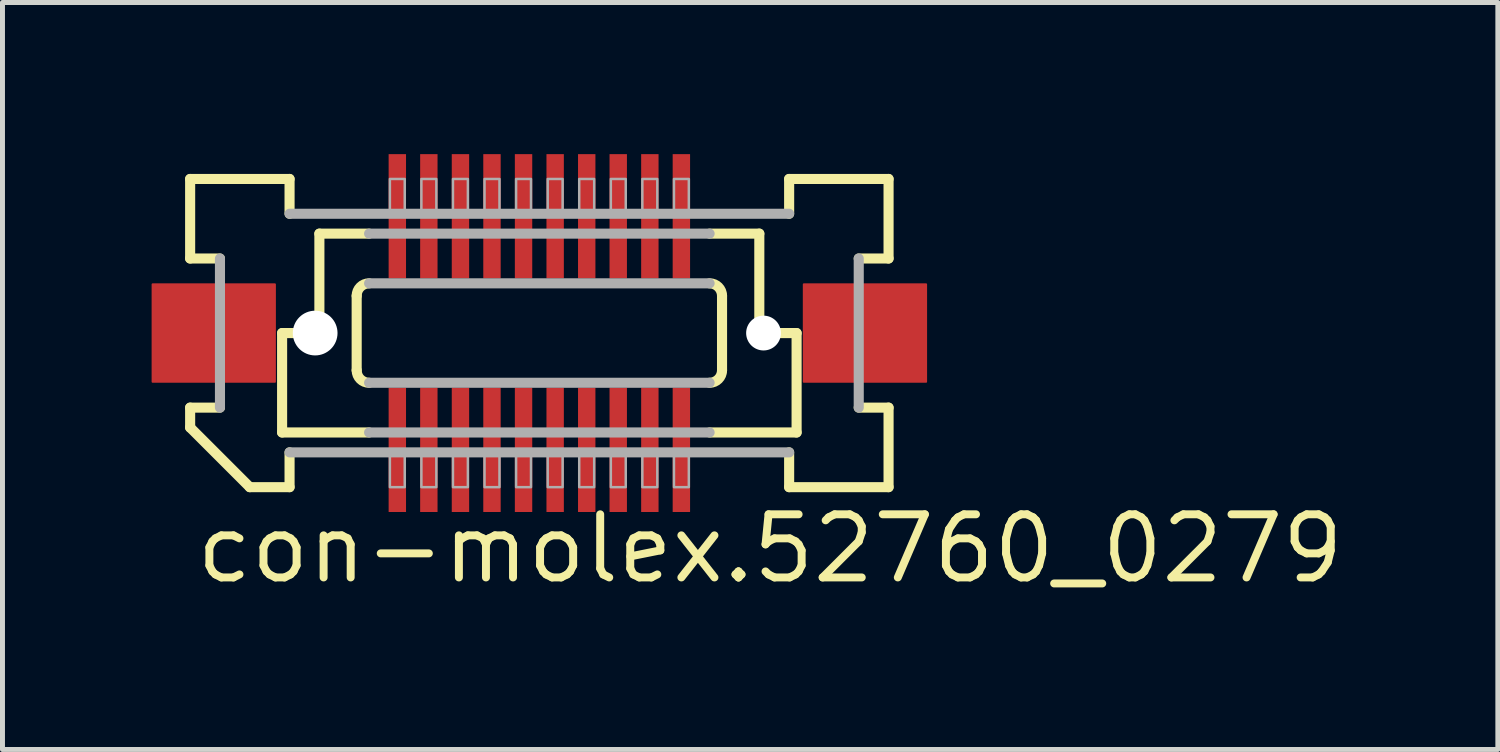
<source format=kicad_pcb>
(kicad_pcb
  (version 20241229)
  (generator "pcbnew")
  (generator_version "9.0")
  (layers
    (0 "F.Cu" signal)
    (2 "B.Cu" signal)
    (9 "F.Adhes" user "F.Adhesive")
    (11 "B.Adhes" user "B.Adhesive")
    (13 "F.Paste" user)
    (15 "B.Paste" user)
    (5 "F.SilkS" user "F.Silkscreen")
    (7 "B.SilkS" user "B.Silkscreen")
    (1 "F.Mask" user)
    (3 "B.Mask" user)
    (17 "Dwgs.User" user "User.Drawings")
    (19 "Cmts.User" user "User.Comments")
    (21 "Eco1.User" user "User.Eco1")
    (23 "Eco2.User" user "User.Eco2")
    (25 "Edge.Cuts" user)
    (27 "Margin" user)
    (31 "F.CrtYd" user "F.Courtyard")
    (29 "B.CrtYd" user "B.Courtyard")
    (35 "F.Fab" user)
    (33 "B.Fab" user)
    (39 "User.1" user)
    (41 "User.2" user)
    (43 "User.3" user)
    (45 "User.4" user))
  (footprint "con-molex.52760_0279"
    (layer "F.Cu")
    (at 7.8 3.65)
    (property "Reference" "con-molex.52760_0279" (at -6.985 5.08 0) (layer "F.SilkS") (effects (font (size 1.27 1.27) (thickness 0.16)) (justify left bottom)))
    (attr smd)
    (fp_rect (start -3.058 -1.075) (end -2.658 -3.625) (stroke (width 0.05) (type default)) (fill yes) (layer "F.Mask"))
    (fp_rect (start -3.058 3.625) (end -2.658 1.075) (stroke (width 0.05) (type default)) (fill yes) (layer "F.Mask"))
    (fp_rect (start -2.422 -1.075) (end -2.022 -3.625) (stroke (width 0.05) (type default)) (fill yes) (layer "F.Mask"))
    (fp_rect (start -2.422 3.625) (end -2.022 1.075) (stroke (width 0.05) (type default)) (fill yes) (layer "F.Mask"))
    (fp_rect (start -1.788 -1.075) (end -1.387 -3.625) (stroke (width 0.05) (type default)) (fill yes) (layer "F.Mask"))
    (fp_rect (start -1.788 3.625) (end -1.387 1.075) (stroke (width 0.05) (type default)) (fill yes) (layer "F.Mask"))
    (fp_rect (start -1.153 -1.075) (end -0.752 -3.625) (stroke (width 0.05) (type default)) (fill yes) (layer "F.Mask"))
    (fp_rect (start -1.153 3.625) (end -0.752 1.075) (stroke (width 0.05) (type default)) (fill yes) (layer "F.Mask"))
    (fp_rect (start -0.517 -1.075) (end -0.117 -3.625) (stroke (width 0.05) (type default)) (fill yes) (layer "F.Mask"))
    (fp_rect (start -0.517 3.625) (end -0.117 1.075) (stroke (width 0.05) (type default)) (fill yes) (layer "F.Mask"))
    (fp_rect (start 0.117 -1.075) (end 0.517 -3.625) (stroke (width 0.05) (type default)) (fill yes) (layer "F.Mask"))
    (fp_rect (start 0.117 3.625) (end 0.517 1.075) (stroke (width 0.05) (type default)) (fill yes) (layer "F.Mask"))
    (fp_rect (start 0.752 -1.075) (end 1.153 -3.625) (stroke (width 0.05) (type default)) (fill yes) (layer "F.Mask"))
    (fp_rect (start 0.752 3.625) (end 1.153 1.075) (stroke (width 0.05) (type default)) (fill yes) (layer "F.Mask"))
    (fp_rect (start 1.387 -1.075) (end 1.788 -3.625) (stroke (width 0.05) (type default)) (fill yes) (layer "F.Mask"))
    (fp_rect (start 1.387 3.625) (end 1.788 1.075) (stroke (width 0.05) (type default)) (fill yes) (layer "F.Mask"))
    (fp_rect (start 2.022 -1.075) (end 2.422 -3.625) (stroke (width 0.05) (type default)) (fill yes) (layer "F.Mask"))
    (fp_rect (start 2.022 3.625) (end 2.422 1.075) (stroke (width 0.05) (type default)) (fill yes) (layer "F.Mask"))
    (fp_rect (start 2.658 -1.075) (end 3.058 -3.625) (stroke (width 0.05) (type default)) (fill yes) (layer "F.Mask"))
    (fp_rect (start 2.658 3.625) (end 3.058 1.075) (stroke (width 0.05) (type default)) (fill yes) (layer "F.Mask"))
    (fp_line (start -7.025 -3.1) (end -5.025 -3.1) (stroke (width 0.203) (type default)) (layer "F.SilkS"))
    (fp_line (start -7.025 -1.5) (end -7.025 -3.1) (stroke (width 0.203) (type default)) (layer "F.SilkS"))
    (fp_line (start -7.025 1.5) (end -6.425 1.5) (stroke (width 0.203) (type default)) (layer "F.SilkS"))
    (fp_line (start -7.025 1.9) (end -7.025 1.5) (stroke (width 0.203) (type default)) (layer "F.SilkS"))
    (fp_line (start -6.425 -1.5) (end -7.025 -1.5) (stroke (width 0.203) (type default)) (layer "F.SilkS"))
    (fp_line (start -5.825 3.1) (end -7.025 1.9) (stroke (width 0.203) (type default)) (layer "F.SilkS"))
    (fp_line (start -5.175 0) (end -5.175 2) (stroke (width 0.203) (type default)) (layer "F.SilkS"))
    (fp_line (start -5.175 2) (end -3.425 2) (stroke (width 0.203) (type default)) (layer "F.SilkS"))
    (fp_line (start -5.025 -3.1) (end -5.025 -2.4) (stroke (width 0.203) (type default)) (layer "F.SilkS"))
    (fp_line (start -5.025 2.4) (end -5.025 3.1) (stroke (width 0.203) (type default)) (layer "F.SilkS"))
    (fp_line (start -5.025 3.1) (end -5.825 3.1) (stroke (width 0.203) (type default)) (layer "F.SilkS"))
    (fp_line (start -4.425 -2) (end -4.425 0) (stroke (width 0.203) (type default)) (layer "F.SilkS"))
    (fp_line (start -4.425 0) (end -5.175 0) (stroke (width 0.203) (type default)) (layer "F.SilkS"))
    (fp_line (start -3.675 0.75) (end -3.675 -0.75) (stroke (width 0.203) (type default)) (layer "F.SilkS"))
    (fp_line (start -3.425 -2) (end -4.425 -2) (stroke (width 0.203) (type default)) (layer "F.SilkS"))
    (fp_line (start 3.425 2) (end 5.175 2) (stroke (width 0.203) (type default)) (layer "F.SilkS"))
    (fp_line (start 3.675 -0.75) (end 3.675 0.75) (stroke (width 0.203) (type default)) (layer "F.SilkS"))
    (fp_line (start 4.425 -2) (end 3.425 -2) (stroke (width 0.203) (type default)) (layer "F.SilkS"))
    (fp_line (start 4.425 -2) (end 4.425 0) (stroke (width 0.203) (type default)) (layer "F.SilkS"))
    (fp_line (start 5.025 -3.1) (end 7.025 -3.1) (stroke (width 0.203) (type default)) (layer "F.SilkS"))
    (fp_line (start 5.025 -2.4) (end 5.025 -3.1) (stroke (width 0.203) (type default)) (layer "F.SilkS"))
    (fp_line (start 5.025 3.1) (end 5.025 2.4) (stroke (width 0.203) (type default)) (layer "F.SilkS"))
    (fp_line (start 5.175 0) (end 4.425 0) (stroke (width 0.203) (type default)) (layer "F.SilkS"))
    (fp_line (start 5.175 0) (end 5.175 2) (stroke (width 0.203) (type default)) (layer "F.SilkS"))
    (fp_line (start 6.425 1.5) (end 7.025 1.5) (stroke (width 0.203) (type default)) (layer "F.SilkS"))
    (fp_line (start 7.025 -3.1) (end 7.025 -1.5) (stroke (width 0.203) (type default)) (layer "F.SilkS"))
    (fp_line (start 7.025 -1.5) (end 6.425 -1.5) (stroke (width 0.203) (type default)) (layer "F.SilkS"))
    (fp_line (start 7.025 1.5) (end 7.025 3.1) (stroke (width 0.203) (type default)) (layer "F.SilkS"))
    (fp_line (start 7.025 3.1) (end 5.025 3.1) (stroke (width 0.203) (type default)) (layer "F.SilkS"))
    (fp_arc (start -3.675 -0.75) (mid -3.601777 -0.926777) (end -3.425 -1) (stroke (width 0.2032) (type default)) (layer "F.SilkS"))
    (fp_arc (start -3.425 1) (mid -3.601777 0.926777) (end -3.675 0.75) (stroke (width 0.2032) (type default)) (layer "F.SilkS"))
    (fp_arc (start 3.425 -1) (mid 3.601777 -0.926777) (end 3.675 -0.75) (stroke (width 0.2032) (type default)) (layer "F.SilkS"))
    (fp_arc (start 3.675 0.75) (mid 3.601777 0.926777) (end 3.425 1) (stroke (width 0.2032) (type default)) (layer "F.SilkS"))
    (fp_line (start -6.425 1.5) (end -6.425 -1.5) (stroke (width 0.203) (type default)) (layer "F.Fab"))
    (fp_line (start -5.025 -2.4) (end 5.025 -2.4) (stroke (width 0.203) (type default)) (layer "F.Fab"))
    (fp_line (start -3.425 -1) (end 3.425 -1) (stroke (width 0.203) (type default)) (layer "F.Fab"))
    (fp_line (start -3.425 2) (end 3.425 2) (stroke (width 0.203) (type default)) (layer "F.Fab"))
    (fp_line (start 3.425 -2) (end -3.425 -2) (stroke (width 0.203) (type default)) (layer "F.Fab"))
    (fp_line (start 3.425 1) (end -3.425 1) (stroke (width 0.203) (type default)) (layer "F.Fab"))
    (fp_line (start 5.025 2.4) (end -5.025 2.4) (stroke (width 0.203) (type default)) (layer "F.Fab"))
    (fp_line (start 6.425 -1.5) (end 6.425 1.5) (stroke (width 0.203) (type default)) (layer "F.Fab"))
    (fp_rect (start -3.007 -2.375) (end -2.708 -3.1) (stroke (width 0.05) (type default)) (fill no) (layer "F.Fab"))
    (fp_rect (start -3.007 3.1) (end -2.708 2.375) (stroke (width 0.05) (type default)) (fill no) (layer "F.Fab"))
    (fp_rect (start -2.373 -2.375) (end -2.072 -3.1) (stroke (width 0.05) (type default)) (fill no) (layer "F.Fab"))
    (fp_rect (start -2.373 3.1) (end -2.072 2.375) (stroke (width 0.05) (type default)) (fill no) (layer "F.Fab"))
    (fp_rect (start -1.738 -2.375) (end -1.438 -3.1) (stroke (width 0.05) (type default)) (fill no) (layer "F.Fab"))
    (fp_rect (start -1.738 3.1) (end -1.438 2.375) (stroke (width 0.05) (type default)) (fill no) (layer "F.Fab"))
    (fp_rect (start -1.103 -2.375) (end -0.802 -3.1) (stroke (width 0.05) (type default)) (fill no) (layer "F.Fab"))
    (fp_rect (start -1.103 3.1) (end -0.802 2.375) (stroke (width 0.05) (type default)) (fill no) (layer "F.Fab"))
    (fp_rect (start -0.468 -2.375) (end -0.168 -3.1) (stroke (width 0.05) (type default)) (fill no) (layer "F.Fab"))
    (fp_rect (start -0.468 3.1) (end -0.168 2.375) (stroke (width 0.05) (type default)) (fill no) (layer "F.Fab"))
    (fp_rect (start 0.168 -2.375) (end 0.468 -3.1) (stroke (width 0.05) (type default)) (fill no) (layer "F.Fab"))
    (fp_rect (start 0.168 3.1) (end 0.468 2.375) (stroke (width 0.05) (type default)) (fill no) (layer "F.Fab"))
    (fp_rect (start 0.802 -2.375) (end 1.103 -3.1) (stroke (width 0.05) (type default)) (fill no) (layer "F.Fab"))
    (fp_rect (start 0.802 3.1) (end 1.103 2.375) (stroke (width 0.05) (type default)) (fill no) (layer "F.Fab"))
    (fp_rect (start 1.438 -2.375) (end 1.738 -3.1) (stroke (width 0.05) (type default)) (fill no) (layer "F.Fab"))
    (fp_rect (start 1.438 3.1) (end 1.738 2.375) (stroke (width 0.05) (type default)) (fill no) (layer "F.Fab"))
    (fp_rect (start 2.072 -2.375) (end 2.373 -3.1) (stroke (width 0.05) (type default)) (fill no) (layer "F.Fab"))
    (fp_rect (start 2.072 3.1) (end 2.373 2.375) (stroke (width 0.05) (type default)) (fill no) (layer "F.Fab"))
    (fp_rect (start 2.708 -2.375) (end 3.007 -3.1) (stroke (width 0.05) (type default)) (fill no) (layer "F.Fab"))
    (fp_rect (start 2.708 3.1) (end 3.007 2.375) (stroke (width 0.05) (type default)) (fill no) (layer "F.Fab"))
    (pad "" np_thru_hole circle (at -4.51 0) (size 0.9 0.9) (drill 0.9) (layers "*.Cu" "*.Mask"))
    (pad "" np_thru_hole circle (at 4.51 0) (size 0.7 0.7) (drill 0.7) (layers "*.Cu" "*.Mask"))
    (pad "1" smd roundrect (at -2.857 2.35) (size 0.35 2.5) (layers "F.Cu" "F.Mask" "F.Paste") (roundrect_rratio 0.01))
    (pad "2" smd roundrect (at -2.857 -2.35 180) (size 0.35 2.5) (layers "F.Cu" "F.Mask" "F.Paste") (roundrect_rratio 0.01))
    (pad "3" smd roundrect (at -2.223 2.35) (size 0.35 2.5) (layers "F.Cu" "F.Mask" "F.Paste") (roundrect_rratio 0.01))
    (pad "4" smd roundrect (at -2.223 -2.35 180) (size 0.35 2.5) (layers "F.Cu" "F.Mask" "F.Paste") (roundrect_rratio 0.01))
    (pad "5" smd roundrect (at -1.587 2.35) (size 0.35 2.5) (layers "F.Cu" "F.Mask" "F.Paste") (roundrect_rratio 0.01))
    (pad "6" smd roundrect (at -1.587 -2.35 180) (size 0.35 2.5) (layers "F.Cu" "F.Mask" "F.Paste") (roundrect_rratio 0.01))
    (pad "7" smd roundrect (at -0.953 2.35) (size 0.35 2.5) (layers "F.Cu" "F.Mask" "F.Paste") (roundrect_rratio 0.01))
    (pad "8" smd roundrect (at -0.953 -2.35 180) (size 0.35 2.5) (layers "F.Cu" "F.Mask" "F.Paste") (roundrect_rratio 0.01))
    (pad "9" smd roundrect (at -0.318 2.35) (size 0.35 2.5) (layers "F.Cu" "F.Mask" "F.Paste") (roundrect_rratio 0.01))
    (pad "10" smd roundrect (at -0.318 -2.35 180) (size 0.35 2.5) (layers "F.Cu" "F.Mask" "F.Paste") (roundrect_rratio 0.01))
    (pad "11" smd roundrect (at 0.318 2.35) (size 0.35 2.5) (layers "F.Cu" "F.Mask" "F.Paste") (roundrect_rratio 0.01))
    (pad "12" smd roundrect (at 0.318 -2.35 180) (size 0.35 2.5) (layers "F.Cu" "F.Mask" "F.Paste") (roundrect_rratio 0.01))
    (pad "13" smd roundrect (at 0.953 2.35) (size 0.35 2.5) (layers "F.Cu" "F.Mask" "F.Paste") (roundrect_rratio 0.01))
    (pad "14" smd roundrect (at 0.953 -2.35 180) (size 0.35 2.5) (layers "F.Cu" "F.Mask" "F.Paste") (roundrect_rratio 0.01))
    (pad "15" smd roundrect (at 1.587 2.35) (size 0.35 2.5) (layers "F.Cu" "F.Mask" "F.Paste") (roundrect_rratio 0.01))
    (pad "16" smd roundrect (at 1.587 -2.35 180) (size 0.35 2.5) (layers "F.Cu" "F.Mask" "F.Paste") (roundrect_rratio 0.01))
    (pad "17" smd roundrect (at 2.223 2.35) (size 0.35 2.5) (layers "F.Cu" "F.Mask" "F.Paste") (roundrect_rratio 0.01))
    (pad "18" smd roundrect (at 2.223 -2.35 180) (size 0.35 2.5) (layers "F.Cu" "F.Mask" "F.Paste") (roundrect_rratio 0.01))
    (pad "19" smd roundrect (at 2.857 2.35) (size 0.35 2.5) (layers "F.Cu" "F.Mask" "F.Paste") (roundrect_rratio 0.01))
    (pad "20" smd roundrect (at 2.857 -2.35 180) (size 0.35 2.5) (layers "F.Cu" "F.Mask" "F.Paste") (roundrect_rratio 0.01))
    (pad "M1" smd roundrect (at -6.55 0) (size 2.5 2) (layers "F.Cu" "F.Mask" "F.Paste") (roundrect_rratio 0.01))
    (pad "M2" smd roundrect (at 6.55 0 180) (size 2.5 2) (layers "F.Cu" "F.Mask" "F.Paste") (roundrect_rratio 0.01)))
  (gr_rect
    (start -3 -3)
    (end 27.082 12.027)
    (stroke (width 0.1) (type default))
    (fill no)
    (layer "Edge.Cuts")))
</source>
